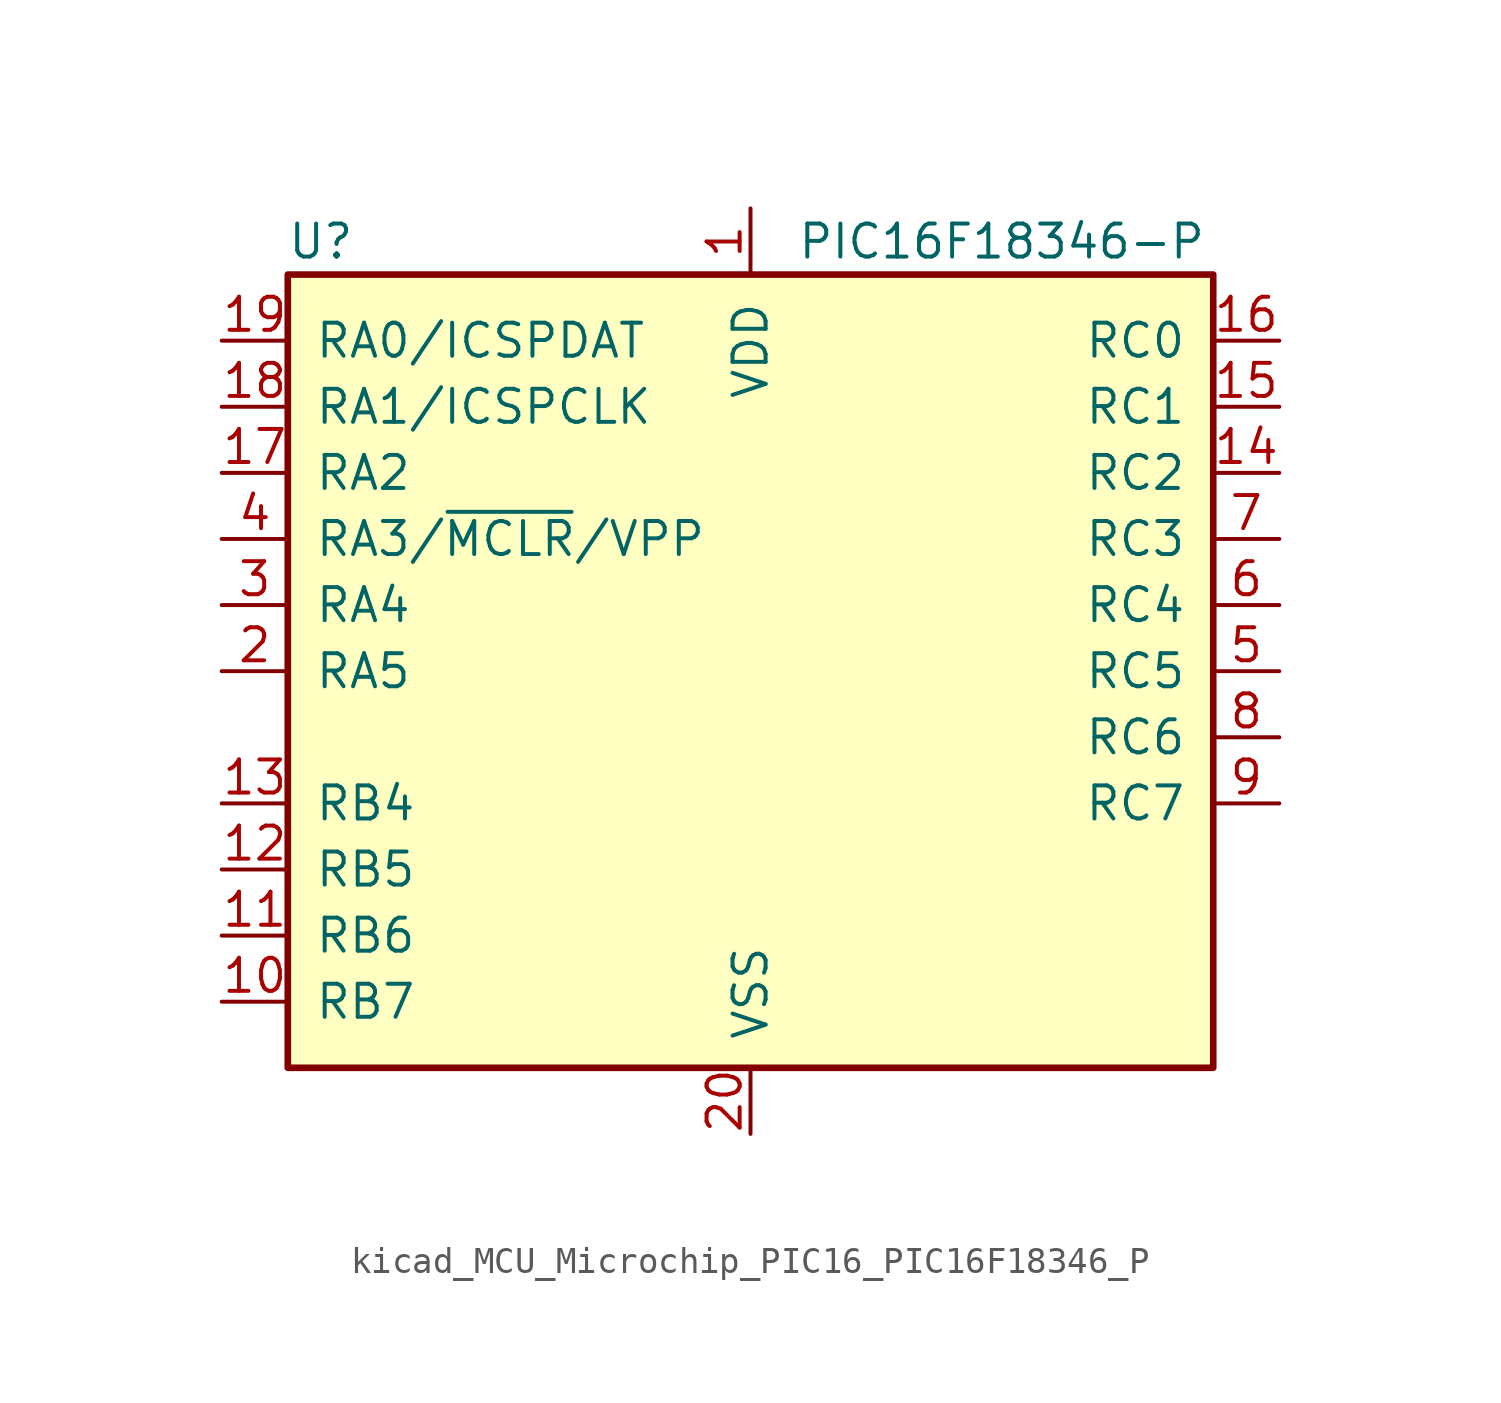
<source format=kicad_sym>
(kicad_symbol_lib
  (version 20220914)
  (generator kicad_symbol_editor)
  (symbol "kicad_MCU_Microchip_PIC16_PIC16F18346_P"
    (pin_names
      (offset 1.016))
    (property "Reference" "U"
      (at -16.51 16.51 0)
      (effects (font (size 1.27 1.27))))
    (property "Value" "PIC16F18346-P"
      (at 9.652 16.51 0)
      (effects (font (size 1.27 1.27))))
    (symbol "kicad_MCU_Microchip_PIC16_PIC16F18346_P_0_1"
      (rectangle (start -17.78 15.24) (end 17.78 -15.24) (stroke (width 0.254) (type default)) (fill (type background))))
    (symbol "kicad_MCU_Microchip_PIC16_PIC16F18346_P_1_1"
      (pin power_in line (at 0 17.78 270) (length 2.54) (name "VDD" (effects (font (size 1.27 1.27)))) (number "1" (effects (font (size 1.27 1.27)))))
      (pin bidirectional line (at -20.32 -12.7 0) (length 2.54) (name "RB7" (effects (font (size 1.27 1.27)))) (number "10" (effects (font (size 1.27 1.27)))))
      (pin bidirectional line (at -20.32 -10.16 0) (length 2.54) (name "RB6" (effects (font (size 1.27 1.27)))) (number "11" (effects (font (size 1.27 1.27)))))
      (pin bidirectional line (at -20.32 -7.62 0) (length 2.54) (name "RB5" (effects (font (size 1.27 1.27)))) (number "12" (effects (font (size 1.27 1.27)))))
      (pin bidirectional line (at -20.32 -5.08 0) (length 2.54) (name "RB4" (effects (font (size 1.27 1.27)))) (number "13" (effects (font (size 1.27 1.27)))))
      (pin bidirectional line (at 20.32 7.62 180) (length 2.54) (name "RC2" (effects (font (size 1.27 1.27)))) (number "14" (effects (font (size 1.27 1.27)))))
      (pin bidirectional line (at 20.32 10.16 180) (length 2.54) (name "RC1" (effects (font (size 1.27 1.27)))) (number "15" (effects (font (size 1.27 1.27)))))
      (pin bidirectional line (at 20.32 12.7 180) (length 2.54) (name "RC0" (effects (font (size 1.27 1.27)))) (number "16" (effects (font (size 1.27 1.27)))))
      (pin bidirectional line (at -20.32 7.62 0) (length 2.54) (name "RA2" (effects (font (size 1.27 1.27)))) (number "17" (effects (font (size 1.27 1.27)))))
      (pin bidirectional line (at -20.32 10.16 0) (length 2.54) (name "RA1/ICSPCLK" (effects (font (size 1.27 1.27)))) (number "18" (effects (font (size 1.27 1.27)))))
      (pin bidirectional line (at -20.32 12.7 0) (length 2.54) (name "RA0/ICSPDAT" (effects (font (size 1.27 1.27)))) (number "19" (effects (font (size 1.27 1.27)))))
      (pin bidirectional line (at -20.32 0 0) (length 2.54) (name "RA5" (effects (font (size 1.27 1.27)))) (number "2" (effects (font (size 1.27 1.27)))))
      (pin power_in line (at 0 -17.78 90) (length 2.54) (name "VSS" (effects (font (size 1.27 1.27)))) (number "20" (effects (font (size 1.27 1.27)))))
      (pin bidirectional line (at -20.32 2.54 0) (length 2.54) (name "RA4" (effects (font (size 1.27 1.27)))) (number "3" (effects (font (size 1.27 1.27)))))
      (pin bidirectional line (at -20.32 5.08 0) (length 2.54) (name "RA3/~{MCLR}/VPP" (effects (font (size 1.27 1.27)))) (number "4" (effects (font (size 1.27 1.27)))))
      (pin bidirectional line (at 20.32 0 180) (length 2.54) (name "RC5" (effects (font (size 1.27 1.27)))) (number "5" (effects (font (size 1.27 1.27)))))
      (pin bidirectional line (at 20.32 2.54 180) (length 2.54) (name "RC4" (effects (font (size 1.27 1.27)))) (number "6" (effects (font (size 1.27 1.27)))))
      (pin bidirectional line (at 20.32 5.08 180) (length 2.54) (name "RC3" (effects (font (size 1.27 1.27)))) (number "7" (effects (font (size 1.27 1.27)))))
      (pin bidirectional line (at 20.32 -2.54 180) (length 2.54) (name "RC6" (effects (font (size 1.27 1.27)))) (number "8" (effects (font (size 1.27 1.27)))))
      (pin bidirectional line (at 20.32 -5.08 180) (length 2.54) (name "RC7" (effects (font (size 1.27 1.27)))) (number "9" (effects (font (size 1.27 1.27))))))))
</source>
